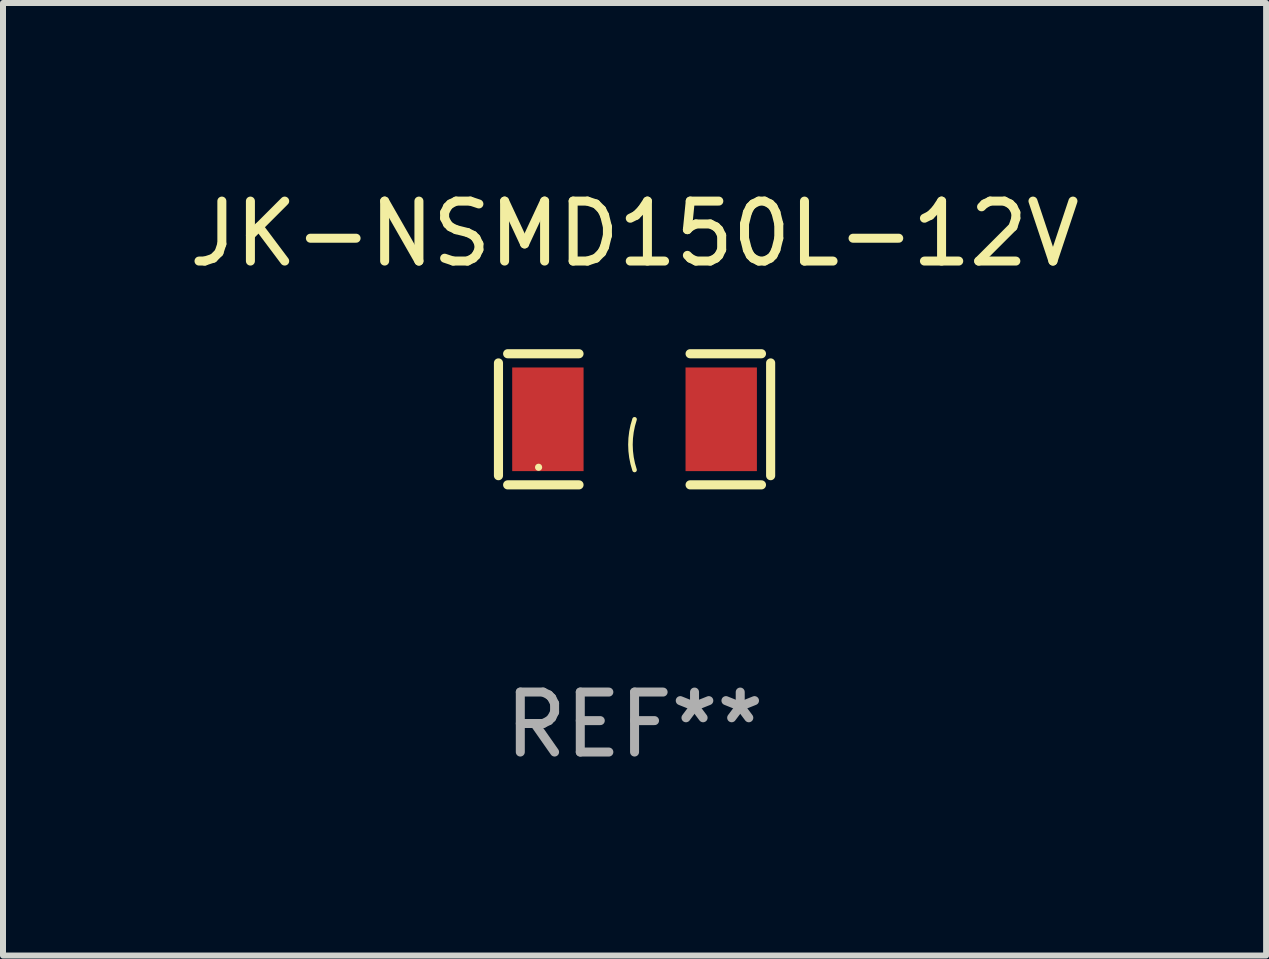
<source format=kicad_pcb>
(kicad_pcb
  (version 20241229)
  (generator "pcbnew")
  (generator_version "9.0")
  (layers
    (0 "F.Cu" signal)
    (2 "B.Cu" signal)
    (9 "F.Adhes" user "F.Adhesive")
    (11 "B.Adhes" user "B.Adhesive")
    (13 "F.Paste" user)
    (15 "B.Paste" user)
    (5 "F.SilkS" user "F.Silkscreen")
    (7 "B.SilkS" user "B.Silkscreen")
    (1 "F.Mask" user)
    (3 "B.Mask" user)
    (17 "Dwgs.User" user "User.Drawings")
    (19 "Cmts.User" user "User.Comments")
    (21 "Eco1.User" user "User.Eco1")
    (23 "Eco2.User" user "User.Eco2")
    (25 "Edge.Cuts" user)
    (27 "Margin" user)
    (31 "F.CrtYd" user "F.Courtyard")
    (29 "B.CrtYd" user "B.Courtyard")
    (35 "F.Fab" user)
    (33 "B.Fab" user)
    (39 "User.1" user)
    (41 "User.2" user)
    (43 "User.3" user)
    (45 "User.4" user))
  (footprint "JK-NSMD150L-12V"
    (layer "F.Cu")
    (at 7.53 3.941)
    (property "Reference" "JK-NSMD150L-12V" (at 0 -3.093 0) (layer "F.SilkS") (effects (font (size 1 1) (thickness 0.15))))
    (attr through_hole)
    (fp_line (start -2.269 -0.94) (end -2.269 0.94) (stroke (width 0.152) (type solid)) (layer "F.SilkS"))
    (fp_line (start -2.116 1.093) (end -0.926 1.093) (stroke (width 0.152) (type solid)) (layer "F.SilkS"))
    (fp_line (start -0.926 -1.093) (end -2.116 -1.093) (stroke (width 0.152) (type solid)) (layer "F.SilkS"))
    (fp_line (start 0.926 -1.093) (end 2.116 -1.093) (stroke (width 0.152) (type solid)) (layer "F.SilkS"))
    (fp_line (start 2.116 1.093) (end 0.926 1.093) (stroke (width 0.152) (type solid)) (layer "F.SilkS"))
    (fp_line (start 2.269 -0.94) (end 2.269 0.94) (stroke (width 0.152) (type solid)) (layer "F.SilkS"))
    (fp_arc (start 0 0.844951) (mid -0.068559 0.422475) (end 0 0) (stroke (width 0.0762) (type solid)) (layer "F.SilkS"))
    (fp_circle (center -1.6 0.8) (end -1.57 0.8) (stroke (width 0.06) (type solid)) (fill no) (layer "F.SilkS"))
    (fp_text user "REF**" (at 0 5.093 0) (layer "F.Fab") (effects (font (size 1 1) (thickness 0.15))))
    (pad "1" smd rect (at -1.445 0) (size 1.19 1.728) (layers "F.Cu" "F.Mask" "F.Paste"))
    (pad "2" smd rect (at 1.445 0) (size 1.19 1.728) (layers "F.Cu" "F.Mask" "F.Paste")))
  (gr_rect
    (start -3 -3)
    (end 18.06 12.882)
    (stroke (width 0.1) (type default))
    (fill no)
    (layer "Edge.Cuts")))
</source>
